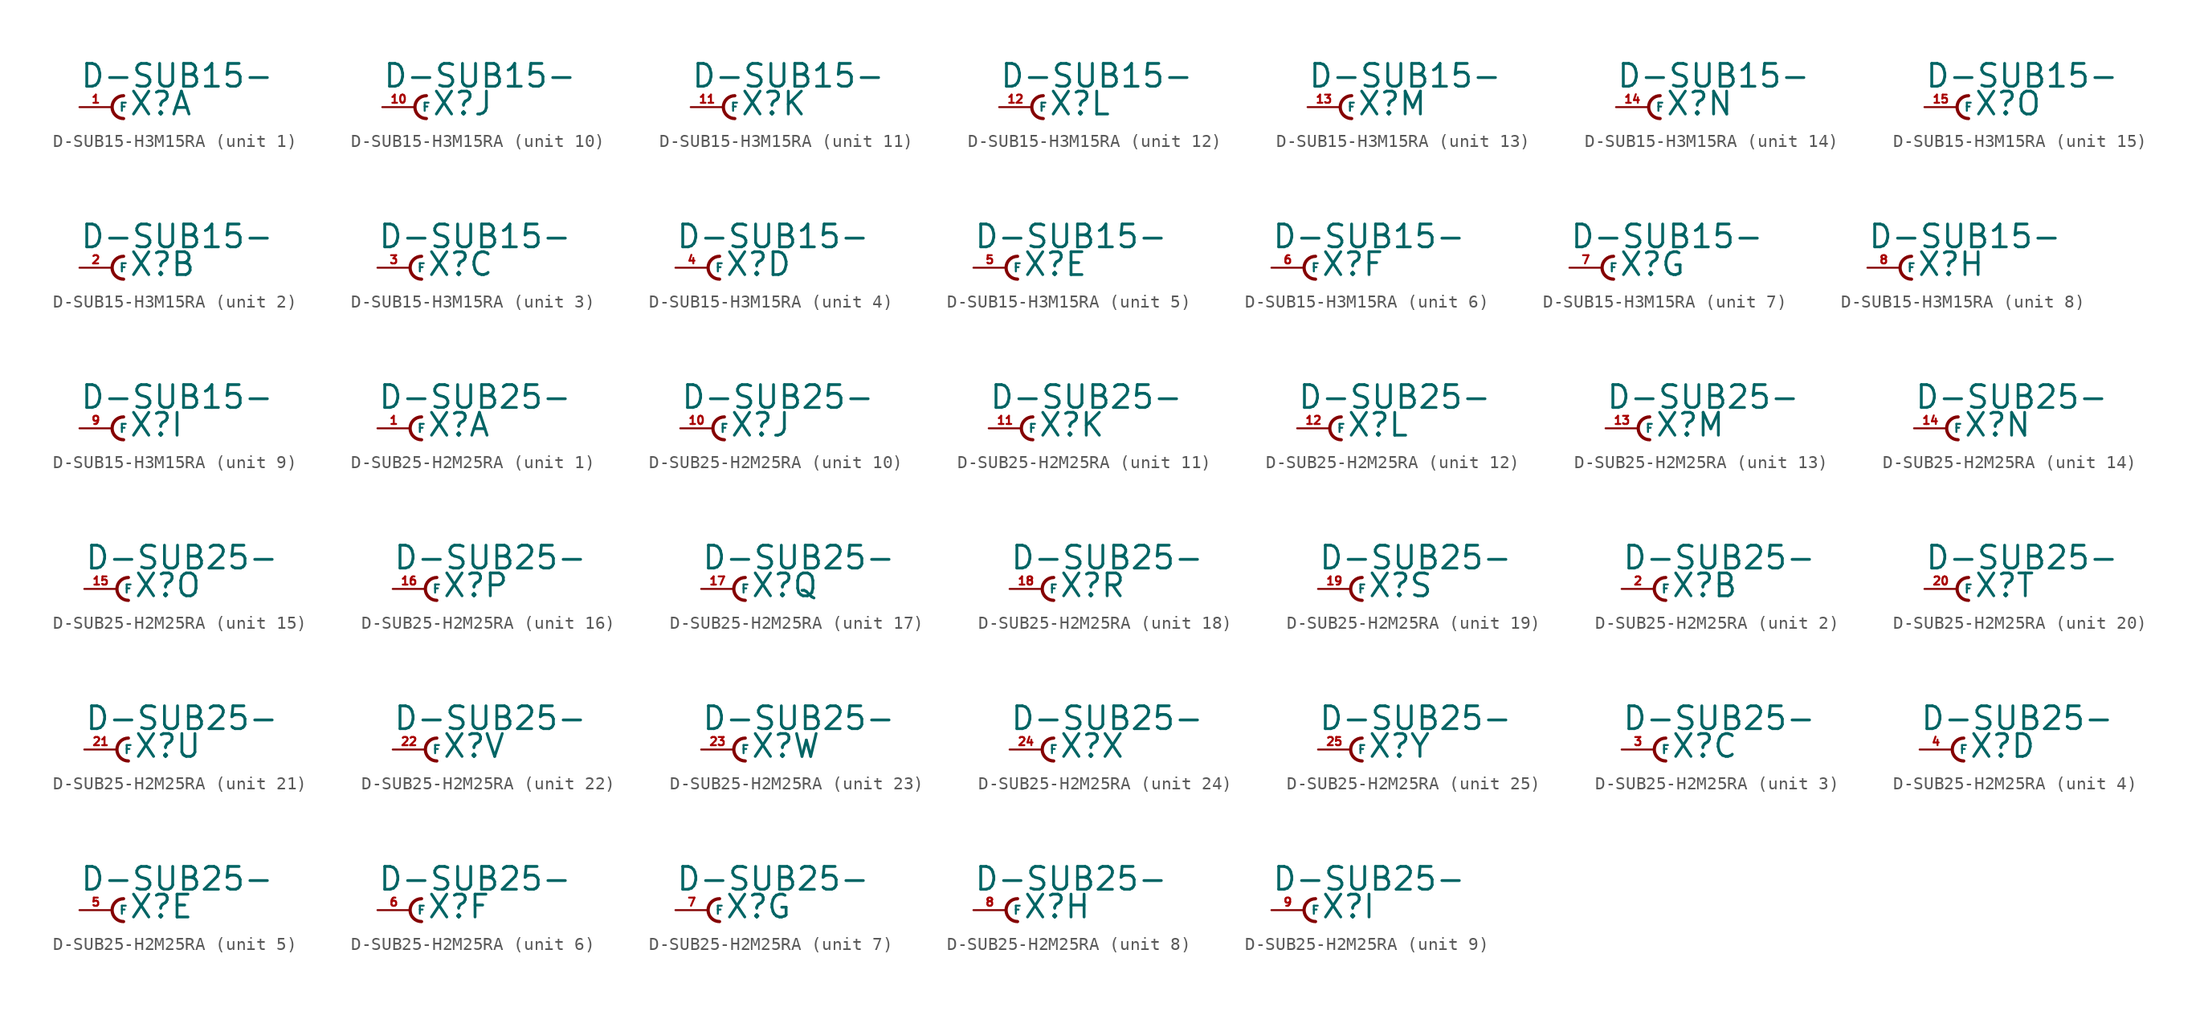
<source format=kicad_sym>
(kicad_symbol_lib
  (version 20220914)
  (generator Eagle2Kicad)
  (symbol "D-SUB15-H3M15RA"
    (property "Reference" "X"
      (at 1.27 -0.762 0)
      (effects (font (size 1.778 1.778) (thickness 0.22)) (justify left bottom)))
    (property "Value" "D-SUB15-"
      (at -2.54 1.397 0)
      (effects (font (size 1.778 1.778) (thickness 0.22)) (justify left bottom)))
    (symbol "D-SUB15-H3M15RA_1_0"
      (arc (start 0.889 0.889) (mid 0.000 0.000) (end 0.889 -0.889) (stroke (width 0.254) (type default)) (fill (type none)))
      (pin passive line (at -2.54 0 0) (length 2.54) (name "F" (effects (font (size 0.635 0.635) (thickness 0.08)) (justify left bottom))) (number "1" (effects (font (size 0.635 0.635) (thickness 0.08)) (justify left bottom)))))
    (symbol "D-SUB15-H3M15RA_2_0"
      (arc (start 0.889 0.889) (mid 0.000 0.000) (end 0.889 -0.889) (stroke (width 0.254) (type default)) (fill (type none)))
      (pin passive line (at -2.54 0 0) (length 2.54) (name "F" (effects (font (size 0.635 0.635) (thickness 0.08)) (justify left bottom))) (number "2" (effects (font (size 0.635 0.635) (thickness 0.08)) (justify left bottom)))))
    (symbol "D-SUB15-H3M15RA_3_0"
      (arc (start 0.889 0.889) (mid 0.000 0.000) (end 0.889 -0.889) (stroke (width 0.254) (type default)) (fill (type none)))
      (pin passive line (at -2.54 0 0) (length 2.54) (name "F" (effects (font (size 0.635 0.635) (thickness 0.08)) (justify left bottom))) (number "3" (effects (font (size 0.635 0.635) (thickness 0.08)) (justify left bottom)))))
    (symbol "D-SUB15-H3M15RA_4_0"
      (arc (start 0.889 0.889) (mid 0.000 0.000) (end 0.889 -0.889) (stroke (width 0.254) (type default)) (fill (type none)))
      (pin passive line (at -2.54 0 0) (length 2.54) (name "F" (effects (font (size 0.635 0.635) (thickness 0.08)) (justify left bottom))) (number "4" (effects (font (size 0.635 0.635) (thickness 0.08)) (justify left bottom)))))
    (symbol "D-SUB15-H3M15RA_5_0"
      (arc (start 0.889 0.889) (mid 0.000 0.000) (end 0.889 -0.889) (stroke (width 0.254) (type default)) (fill (type none)))
      (pin passive line (at -2.54 0 0) (length 2.54) (name "F" (effects (font (size 0.635 0.635) (thickness 0.08)) (justify left bottom))) (number "5" (effects (font (size 0.635 0.635) (thickness 0.08)) (justify left bottom)))))
    (symbol "D-SUB15-H3M15RA_6_0"
      (arc (start 0.889 0.889) (mid 0.000 0.000) (end 0.889 -0.889) (stroke (width 0.254) (type default)) (fill (type none)))
      (pin passive line (at -2.54 0 0) (length 2.54) (name "F" (effects (font (size 0.635 0.635) (thickness 0.08)) (justify left bottom))) (number "6" (effects (font (size 0.635 0.635) (thickness 0.08)) (justify left bottom)))))
    (symbol "D-SUB15-H3M15RA_7_0"
      (arc (start 0.889 0.889) (mid 0.000 0.000) (end 0.889 -0.889) (stroke (width 0.254) (type default)) (fill (type none)))
      (pin passive line (at -2.54 0 0) (length 2.54) (name "F" (effects (font (size 0.635 0.635) (thickness 0.08)) (justify left bottom))) (number "7" (effects (font (size 0.635 0.635) (thickness 0.08)) (justify left bottom)))))
    (symbol "D-SUB15-H3M15RA_8_0"
      (arc (start 0.889 0.889) (mid 0.000 0.000) (end 0.889 -0.889) (stroke (width 0.254) (type default)) (fill (type none)))
      (pin passive line (at -2.54 0 0) (length 2.54) (name "F" (effects (font (size 0.635 0.635) (thickness 0.08)) (justify left bottom))) (number "8" (effects (font (size 0.635 0.635) (thickness 0.08)) (justify left bottom)))))
    (symbol "D-SUB15-H3M15RA_9_0"
      (arc (start 0.889 0.889) (mid 0.000 0.000) (end 0.889 -0.889) (stroke (width 0.254) (type default)) (fill (type none)))
      (pin passive line (at -2.54 0 0) (length 2.54) (name "F" (effects (font (size 0.635 0.635) (thickness 0.08)) (justify left bottom))) (number "9" (effects (font (size 0.635 0.635) (thickness 0.08)) (justify left bottom)))))
    (symbol "D-SUB15-H3M15RA_10_0"
      (arc (start 0.889 0.889) (mid 0.000 0.000) (end 0.889 -0.889) (stroke (width 0.254) (type default)) (fill (type none)))
      (pin passive line (at -2.54 0 0) (length 2.54) (name "F" (effects (font (size 0.635 0.635) (thickness 0.08)) (justify left bottom))) (number "10" (effects (font (size 0.635 0.635) (thickness 0.08)) (justify left bottom)))))
    (symbol "D-SUB15-H3M15RA_11_0"
      (arc (start 0.889 0.889) (mid 0.000 0.000) (end 0.889 -0.889) (stroke (width 0.254) (type default)) (fill (type none)))
      (pin passive line (at -2.54 0 0) (length 2.54) (name "F" (effects (font (size 0.635 0.635) (thickness 0.08)) (justify left bottom))) (number "11" (effects (font (size 0.635 0.635) (thickness 0.08)) (justify left bottom)))))
    (symbol "D-SUB15-H3M15RA_12_0"
      (arc (start 0.889 0.889) (mid 0.000 0.000) (end 0.889 -0.889) (stroke (width 0.254) (type default)) (fill (type none)))
      (pin passive line (at -2.54 0 0) (length 2.54) (name "F" (effects (font (size 0.635 0.635) (thickness 0.08)) (justify left bottom))) (number "12" (effects (font (size 0.635 0.635) (thickness 0.08)) (justify left bottom)))))
    (symbol "D-SUB15-H3M15RA_13_0"
      (arc (start 0.889 0.889) (mid 0.000 0.000) (end 0.889 -0.889) (stroke (width 0.254) (type default)) (fill (type none)))
      (pin passive line (at -2.54 0 0) (length 2.54) (name "F" (effects (font (size 0.635 0.635) (thickness 0.08)) (justify left bottom))) (number "13" (effects (font (size 0.635 0.635) (thickness 0.08)) (justify left bottom)))))
    (symbol "D-SUB15-H3M15RA_14_0"
      (arc (start 0.889 0.889) (mid 0.000 0.000) (end 0.889 -0.889) (stroke (width 0.254) (type default)) (fill (type none)))
      (pin passive line (at -2.54 0 0) (length 2.54) (name "F" (effects (font (size 0.635 0.635) (thickness 0.08)) (justify left bottom))) (number "14" (effects (font (size 0.635 0.635) (thickness 0.08)) (justify left bottom)))))
    (symbol "D-SUB15-H3M15RA_15_0"
      (arc (start 0.889 0.889) (mid 0.000 0.000) (end 0.889 -0.889) (stroke (width 0.254) (type default)) (fill (type none)))
      (pin passive line (at -2.54 0 0) (length 2.54) (name "F" (effects (font (size 0.635 0.635) (thickness 0.08)) (justify left bottom))) (number "15" (effects (font (size 0.635 0.635) (thickness 0.08)) (justify left bottom))))))
  (symbol "D-SUB25-H2M25RA"
    (property "Reference" "X"
      (at 1.27 -0.762 0)
      (effects (font (size 1.778 1.778) (thickness 0.22)) (justify left bottom)))
    (property "Value" "D-SUB25-"
      (at -2.54 1.397 0)
      (effects (font (size 1.778 1.778) (thickness 0.22)) (justify left bottom)))
    (symbol "D-SUB25-H2M25RA_1_0"
      (arc (start 0.889 0.889) (mid 0.000 0.000) (end 0.889 -0.889) (stroke (width 0.254) (type default)) (fill (type none)))
      (pin passive line (at -2.54 0 0) (length 2.54) (name "F" (effects (font (size 0.635 0.635) (thickness 0.08)) (justify left bottom))) (number "1" (effects (font (size 0.635 0.635) (thickness 0.08)) (justify left bottom)))))
    (symbol "D-SUB25-H2M25RA_2_0"
      (arc (start 0.889 0.889) (mid 0.000 0.000) (end 0.889 -0.889) (stroke (width 0.254) (type default)) (fill (type none)))
      (pin passive line (at -2.54 0 0) (length 2.54) (name "F" (effects (font (size 0.635 0.635) (thickness 0.08)) (justify left bottom))) (number "2" (effects (font (size 0.635 0.635) (thickness 0.08)) (justify left bottom)))))
    (symbol "D-SUB25-H2M25RA_3_0"
      (arc (start 0.889 0.889) (mid 0.000 0.000) (end 0.889 -0.889) (stroke (width 0.254) (type default)) (fill (type none)))
      (pin passive line (at -2.54 0 0) (length 2.54) (name "F" (effects (font (size 0.635 0.635) (thickness 0.08)) (justify left bottom))) (number "3" (effects (font (size 0.635 0.635) (thickness 0.08)) (justify left bottom)))))
    (symbol "D-SUB25-H2M25RA_4_0"
      (arc (start 0.889 0.889) (mid 0.000 0.000) (end 0.889 -0.889) (stroke (width 0.254) (type default)) (fill (type none)))
      (pin passive line (at -2.54 0 0) (length 2.54) (name "F" (effects (font (size 0.635 0.635) (thickness 0.08)) (justify left bottom))) (number "4" (effects (font (size 0.635 0.635) (thickness 0.08)) (justify left bottom)))))
    (symbol "D-SUB25-H2M25RA_5_0"
      (arc (start 0.889 0.889) (mid 0.000 0.000) (end 0.889 -0.889) (stroke (width 0.254) (type default)) (fill (type none)))
      (pin passive line (at -2.54 0 0) (length 2.54) (name "F" (effects (font (size 0.635 0.635) (thickness 0.08)) (justify left bottom))) (number "5" (effects (font (size 0.635 0.635) (thickness 0.08)) (justify left bottom)))))
    (symbol "D-SUB25-H2M25RA_6_0"
      (arc (start 0.889 0.889) (mid 0.000 0.000) (end 0.889 -0.889) (stroke (width 0.254) (type default)) (fill (type none)))
      (pin passive line (at -2.54 0 0) (length 2.54) (name "F" (effects (font (size 0.635 0.635) (thickness 0.08)) (justify left bottom))) (number "6" (effects (font (size 0.635 0.635) (thickness 0.08)) (justify left bottom)))))
    (symbol "D-SUB25-H2M25RA_7_0"
      (arc (start 0.889 0.889) (mid 0.000 0.000) (end 0.889 -0.889) (stroke (width 0.254) (type default)) (fill (type none)))
      (pin passive line (at -2.54 0 0) (length 2.54) (name "F" (effects (font (size 0.635 0.635) (thickness 0.08)) (justify left bottom))) (number "7" (effects (font (size 0.635 0.635) (thickness 0.08)) (justify left bottom)))))
    (symbol "D-SUB25-H2M25RA_8_0"
      (arc (start 0.889 0.889) (mid 0.000 0.000) (end 0.889 -0.889) (stroke (width 0.254) (type default)) (fill (type none)))
      (pin passive line (at -2.54 0 0) (length 2.54) (name "F" (effects (font (size 0.635 0.635) (thickness 0.08)) (justify left bottom))) (number "8" (effects (font (size 0.635 0.635) (thickness 0.08)) (justify left bottom)))))
    (symbol "D-SUB25-H2M25RA_9_0"
      (arc (start 0.889 0.889) (mid 0.000 0.000) (end 0.889 -0.889) (stroke (width 0.254) (type default)) (fill (type none)))
      (pin passive line (at -2.54 0 0) (length 2.54) (name "F" (effects (font (size 0.635 0.635) (thickness 0.08)) (justify left bottom))) (number "9" (effects (font (size 0.635 0.635) (thickness 0.08)) (justify left bottom)))))
    (symbol "D-SUB25-H2M25RA_10_0"
      (arc (start 0.889 0.889) (mid 0.000 0.000) (end 0.889 -0.889) (stroke (width 0.254) (type default)) (fill (type none)))
      (pin passive line (at -2.54 0 0) (length 2.54) (name "F" (effects (font (size 0.635 0.635) (thickness 0.08)) (justify left bottom))) (number "10" (effects (font (size 0.635 0.635) (thickness 0.08)) (justify left bottom)))))
    (symbol "D-SUB25-H2M25RA_11_0"
      (arc (start 0.889 0.889) (mid 0.000 0.000) (end 0.889 -0.889) (stroke (width 0.254) (type default)) (fill (type none)))
      (pin passive line (at -2.54 0 0) (length 2.54) (name "F" (effects (font (size 0.635 0.635) (thickness 0.08)) (justify left bottom))) (number "11" (effects (font (size 0.635 0.635) (thickness 0.08)) (justify left bottom)))))
    (symbol "D-SUB25-H2M25RA_12_0"
      (arc (start 0.889 0.889) (mid 0.000 0.000) (end 0.889 -0.889) (stroke (width 0.254) (type default)) (fill (type none)))
      (pin passive line (at -2.54 0 0) (length 2.54) (name "F" (effects (font (size 0.635 0.635) (thickness 0.08)) (justify left bottom))) (number "12" (effects (font (size 0.635 0.635) (thickness 0.08)) (justify left bottom)))))
    (symbol "D-SUB25-H2M25RA_13_0"
      (arc (start 0.889 0.889) (mid 0.000 0.000) (end 0.889 -0.889) (stroke (width 0.254) (type default)) (fill (type none)))
      (pin passive line (at -2.54 0 0) (length 2.54) (name "F" (effects (font (size 0.635 0.635) (thickness 0.08)) (justify left bottom))) (number "13" (effects (font (size 0.635 0.635) (thickness 0.08)) (justify left bottom)))))
    (symbol "D-SUB25-H2M25RA_14_0"
      (arc (start 0.889 0.889) (mid 0.000 0.000) (end 0.889 -0.889) (stroke (width 0.254) (type default)) (fill (type none)))
      (pin passive line (at -2.54 0 0) (length 2.54) (name "F" (effects (font (size 0.635 0.635) (thickness 0.08)) (justify left bottom))) (number "14" (effects (font (size 0.635 0.635) (thickness 0.08)) (justify left bottom)))))
    (symbol "D-SUB25-H2M25RA_15_0"
      (arc (start 0.889 0.889) (mid 0.000 0.000) (end 0.889 -0.889) (stroke (width 0.254) (type default)) (fill (type none)))
      (pin passive line (at -2.54 0 0) (length 2.54) (name "F" (effects (font (size 0.635 0.635) (thickness 0.08)) (justify left bottom))) (number "15" (effects (font (size 0.635 0.635) (thickness 0.08)) (justify left bottom)))))
    (symbol "D-SUB25-H2M25RA_16_0"
      (arc (start 0.889 0.889) (mid 0.000 0.000) (end 0.889 -0.889) (stroke (width 0.254) (type default)) (fill (type none)))
      (pin passive line (at -2.54 0 0) (length 2.54) (name "F" (effects (font (size 0.635 0.635) (thickness 0.08)) (justify left bottom))) (number "16" (effects (font (size 0.635 0.635) (thickness 0.08)) (justify left bottom)))))
    (symbol "D-SUB25-H2M25RA_17_0"
      (arc (start 0.889 0.889) (mid 0.000 0.000) (end 0.889 -0.889) (stroke (width 0.254) (type default)) (fill (type none)))
      (pin passive line (at -2.54 0 0) (length 2.54) (name "F" (effects (font (size 0.635 0.635) (thickness 0.08)) (justify left bottom))) (number "17" (effects (font (size 0.635 0.635) (thickness 0.08)) (justify left bottom)))))
    (symbol "D-SUB25-H2M25RA_18_0"
      (arc (start 0.889 0.889) (mid 0.000 0.000) (end 0.889 -0.889) (stroke (width 0.254) (type default)) (fill (type none)))
      (pin passive line (at -2.54 0 0) (length 2.54) (name "F" (effects (font (size 0.635 0.635) (thickness 0.08)) (justify left bottom))) (number "18" (effects (font (size 0.635 0.635) (thickness 0.08)) (justify left bottom)))))
    (symbol "D-SUB25-H2M25RA_19_0"
      (arc (start 0.889 0.889) (mid 0.000 0.000) (end 0.889 -0.889) (stroke (width 0.254) (type default)) (fill (type none)))
      (pin passive line (at -2.54 0 0) (length 2.54) (name "F" (effects (font (size 0.635 0.635) (thickness 0.08)) (justify left bottom))) (number "19" (effects (font (size 0.635 0.635) (thickness 0.08)) (justify left bottom)))))
    (symbol "D-SUB25-H2M25RA_20_0"
      (arc (start 0.889 0.889) (mid 0.000 0.000) (end 0.889 -0.889) (stroke (width 0.254) (type default)) (fill (type none)))
      (pin passive line (at -2.54 0 0) (length 2.54) (name "F" (effects (font (size 0.635 0.635) (thickness 0.08)) (justify left bottom))) (number "20" (effects (font (size 0.635 0.635) (thickness 0.08)) (justify left bottom)))))
    (symbol "D-SUB25-H2M25RA_21_0"
      (arc (start 0.889 0.889) (mid 0.000 0.000) (end 0.889 -0.889) (stroke (width 0.254) (type default)) (fill (type none)))
      (pin passive line (at -2.54 0 0) (length 2.54) (name "F" (effects (font (size 0.635 0.635) (thickness 0.08)) (justify left bottom))) (number "21" (effects (font (size 0.635 0.635) (thickness 0.08)) (justify left bottom)))))
    (symbol "D-SUB25-H2M25RA_22_0"
      (arc (start 0.889 0.889) (mid 0.000 0.000) (end 0.889 -0.889) (stroke (width 0.254) (type default)) (fill (type none)))
      (pin passive line (at -2.54 0 0) (length 2.54) (name "F" (effects (font (size 0.635 0.635) (thickness 0.08)) (justify left bottom))) (number "22" (effects (font (size 0.635 0.635) (thickness 0.08)) (justify left bottom)))))
    (symbol "D-SUB25-H2M25RA_23_0"
      (arc (start 0.889 0.889) (mid 0.000 0.000) (end 0.889 -0.889) (stroke (width 0.254) (type default)) (fill (type none)))
      (pin passive line (at -2.54 0 0) (length 2.54) (name "F" (effects (font (size 0.635 0.635) (thickness 0.08)) (justify left bottom))) (number "23" (effects (font (size 0.635 0.635) (thickness 0.08)) (justify left bottom)))))
    (symbol "D-SUB25-H2M25RA_24_0"
      (arc (start 0.889 0.889) (mid 0.000 0.000) (end 0.889 -0.889) (stroke (width 0.254) (type default)) (fill (type none)))
      (pin passive line (at -2.54 0 0) (length 2.54) (name "F" (effects (font (size 0.635 0.635) (thickness 0.08)) (justify left bottom))) (number "24" (effects (font (size 0.635 0.635) (thickness 0.08)) (justify left bottom)))))
    (symbol "D-SUB25-H2M25RA_25_0"
      (arc (start 0.889 0.889) (mid 0.000 0.000) (end 0.889 -0.889) (stroke (width 0.254) (type default)) (fill (type none)))
      (pin passive line (at -2.54 0 0) (length 2.54) (name "F" (effects (font (size 0.635 0.635) (thickness 0.08)) (justify left bottom))) (number "25" (effects (font (size 0.635 0.635) (thickness 0.08)) (justify left bottom)))))))
</source>
